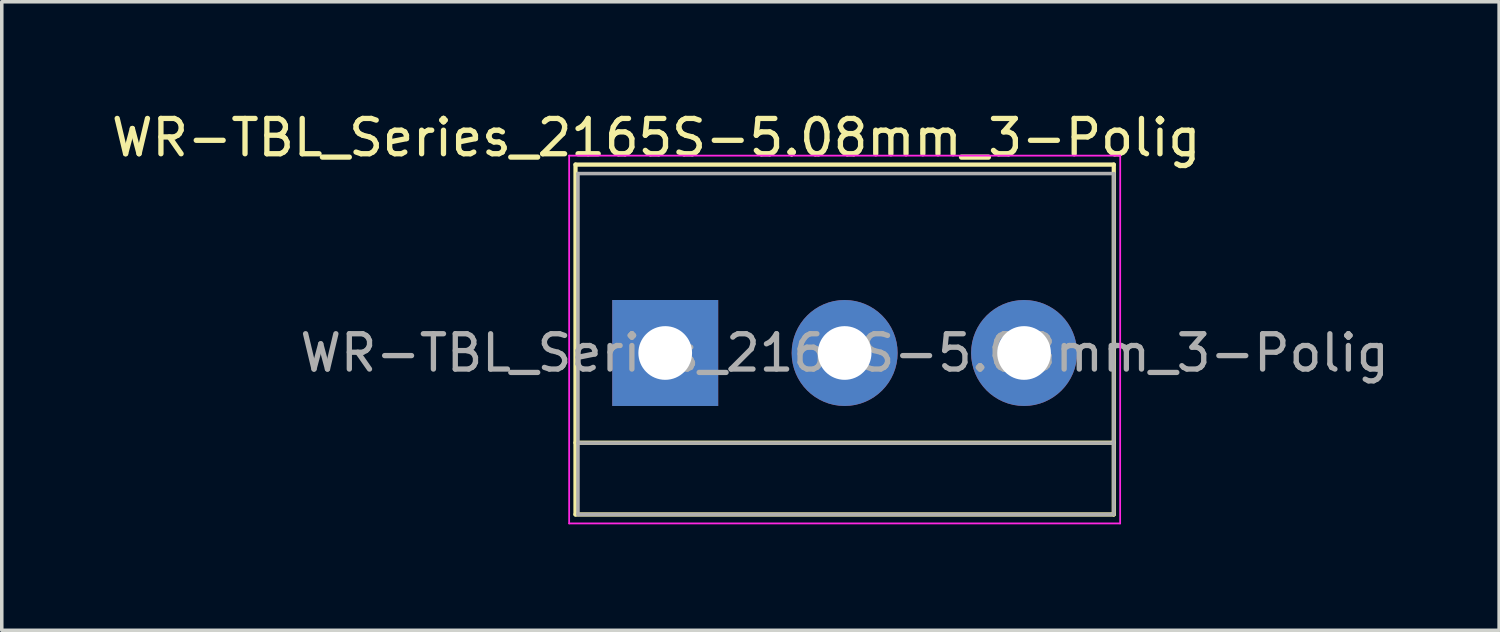
<source format=kicad_pcb>
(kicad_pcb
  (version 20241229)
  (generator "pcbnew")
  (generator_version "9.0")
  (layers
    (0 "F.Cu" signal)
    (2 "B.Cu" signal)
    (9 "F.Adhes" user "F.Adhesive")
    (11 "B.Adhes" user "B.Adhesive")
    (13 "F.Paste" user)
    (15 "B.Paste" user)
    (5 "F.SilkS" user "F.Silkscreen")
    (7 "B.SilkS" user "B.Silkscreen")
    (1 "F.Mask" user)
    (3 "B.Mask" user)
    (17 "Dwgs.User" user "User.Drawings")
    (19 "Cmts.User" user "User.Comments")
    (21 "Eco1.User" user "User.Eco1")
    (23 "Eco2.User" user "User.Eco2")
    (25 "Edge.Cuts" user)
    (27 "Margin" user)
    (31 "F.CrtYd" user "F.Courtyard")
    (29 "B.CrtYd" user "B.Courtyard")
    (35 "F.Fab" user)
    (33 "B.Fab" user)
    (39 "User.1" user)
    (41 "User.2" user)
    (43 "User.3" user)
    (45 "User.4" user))
  (footprint "WR-TBL_Series_2165S-5.08mm_3-Polig"
    (layer "F.Cu")
    (at 15.784 6.944)
    (property "Reference" "WR-TBL_Series_2165S-5.08mm_3-Polig" (at -0.254 -6.096 0) (layer "F.SilkS") (effects (font (size 1 1) (thickness 0.15))))
    (attr through_hole)
    (fp_line (start -2.54 -5.334) (end 12.7 -5.334) (stroke (width 0.12) (type solid)) (layer "F.SilkS"))
    (fp_line (start -2.54 2.54) (end 12.7 2.54) (stroke (width 0.12) (type solid)) (layer "F.SilkS"))
    (fp_line (start -2.54 4.572) (end -2.54 -5.334) (stroke (width 0.12) (type solid)) (layer "F.SilkS"))
    (fp_line (start -2.54 4.572) (end 12.7 4.572) (stroke (width 0.12) (type solid)) (layer "F.SilkS"))
    (fp_line (start 12.7 4.572) (end 12.7 -5.334) (stroke (width 0.12) (type solid)) (layer "F.SilkS"))
    (fp_line (start -2.72 -5.588) (end -2.72 4.826) (stroke (width 0.05) (type solid)) (layer "F.CrtYd"))
    (fp_line (start -2.718 -5.588) (end 12.882 -5.588) (stroke (width 0.05) (type solid)) (layer "F.CrtYd"))
    (fp_line (start 12.88 4.826) (end -2.72 4.826) (stroke (width 0.05) (type solid)) (layer "F.CrtYd"))
    (fp_line (start 12.88 4.826) (end 12.882 -5.588) (stroke (width 0.05) (type solid)) (layer "F.CrtYd"))
    (fp_line (start -2.47 -5.08) (end 12.63 -5.08) (stroke (width 0.1) (type solid)) (layer "F.Fab"))
    (fp_line (start -2.47 2.55) (end 12.63 2.55) (stroke (width 0.1) (type solid)) (layer "F.Fab"))
    (fp_line (start -2.47 4.572) (end -2.47 -5.08) (stroke (width 0.1) (type solid)) (layer "F.Fab"))
    (fp_line (start 12.63 4.572) (end -2.47 4.572) (stroke (width 0.1) (type solid)) (layer "F.Fab"))
    (fp_line (start 12.7 -5.08) (end 12.7 4.572) (stroke (width 0.1) (type solid)) (layer "F.Fab"))
    (fp_text user "${REFERENCE}" (at 5.08 0 0) (layer "F.Fab") (effects (font (size 1 1) (thickness 0.15))))
    (pad "1" thru_hole rect (at 0 0) (size 3 3) (drill 1.52) (layers "*.Cu" "*.Mask"))
    (pad "2" thru_hole circle (at 5.08 0) (size 3 3) (drill 1.52) (layers "*.Cu" "*.Mask"))
    (pad "3" thru_hole circle (at 10.16 0) (size 3 3) (drill 1.52) (layers "*.Cu" "*.Mask")))
  (gr_rect
    (start -3 -3)
    (end 39.394 14.795)
    (stroke (width 0.1) (type default))
    (fill no)
    (layer "Edge.Cuts")))
</source>
